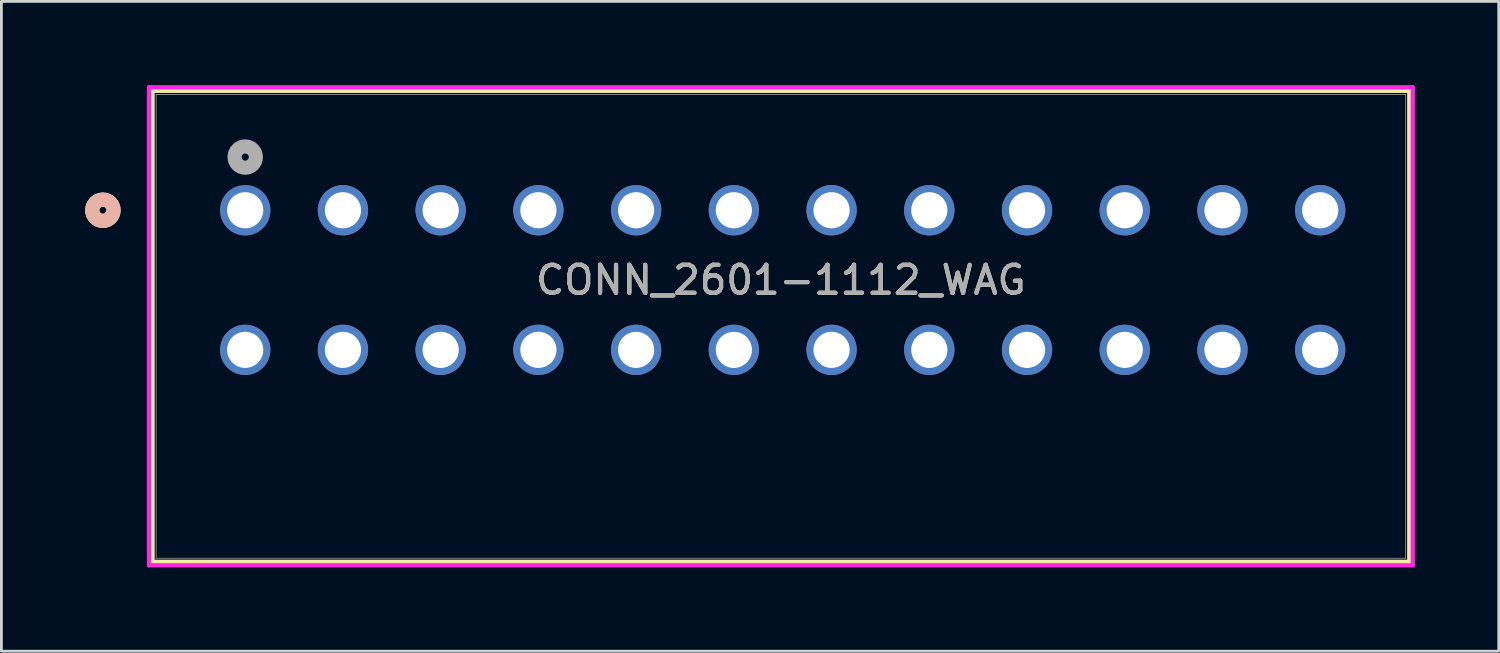
<source format=kicad_pcb>
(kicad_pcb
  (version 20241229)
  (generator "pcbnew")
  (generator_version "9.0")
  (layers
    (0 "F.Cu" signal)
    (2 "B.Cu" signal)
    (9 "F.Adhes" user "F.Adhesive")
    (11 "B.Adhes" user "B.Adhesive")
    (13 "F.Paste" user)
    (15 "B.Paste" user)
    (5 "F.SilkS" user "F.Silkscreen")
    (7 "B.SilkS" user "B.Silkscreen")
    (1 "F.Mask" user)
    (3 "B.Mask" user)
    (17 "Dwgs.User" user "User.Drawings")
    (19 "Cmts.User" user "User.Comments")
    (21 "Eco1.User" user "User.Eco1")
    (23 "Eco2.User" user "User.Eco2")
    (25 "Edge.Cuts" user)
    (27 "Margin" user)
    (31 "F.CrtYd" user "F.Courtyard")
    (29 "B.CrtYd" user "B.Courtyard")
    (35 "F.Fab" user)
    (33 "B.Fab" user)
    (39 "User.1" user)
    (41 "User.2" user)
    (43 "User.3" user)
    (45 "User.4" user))
  (footprint "CONN_2601-1112_WAG"
    (layer "F.Cu")
    (at 5.732 4.48)
    (property "Reference" "CONN_2601-1112_WAG" (at 19.185 2.5 0) (unlocked yes) (layer "F.SilkS") (effects (font (size 1 1) (thickness 0.15))))
    (attr through_hole)
    (fp_line (start -3.319 -4.277) (end -3.319 12.589) (stroke (width 0.152) (type solid)) (layer "F.SilkS"))
    (fp_line (start -3.319 12.589) (end 41.689 12.589) (stroke (width 0.152) (type solid)) (layer "F.SilkS"))
    (fp_line (start 41.689 -4.277) (end -3.319 -4.277) (stroke (width 0.152) (type solid)) (layer "F.SilkS"))
    (fp_line (start 41.689 12.589) (end 41.689 -4.277) (stroke (width 0.152) (type solid)) (layer "F.SilkS"))
    (fp_circle (center -5.097 0) (end -4.716 0) (stroke (width 0.508) (type solid)) (fill no) (layer "F.SilkS"))
    (fp_circle (center -5.097 0) (end -4.716 0) (stroke (width 0.508) (type solid)) (fill no) (layer "B.SilkS"))
    (fp_line (start -3.446 -4.404) (end -3.446 12.716) (stroke (width 0.152) (type solid)) (layer "F.CrtYd"))
    (fp_line (start -3.446 12.716) (end 41.816 12.716) (stroke (width 0.152) (type solid)) (layer "F.CrtYd"))
    (fp_line (start 41.816 -4.404) (end -3.446 -4.404) (stroke (width 0.152) (type solid)) (layer "F.CrtYd"))
    (fp_line (start 41.816 12.716) (end 41.816 -4.404) (stroke (width 0.152) (type solid)) (layer "F.CrtYd"))
    (fp_line (start -3.192 -4.15) (end -3.192 12.462) (stroke (width 0.025) (type solid)) (layer "F.Fab"))
    (fp_line (start -3.192 12.462) (end 41.562 12.462) (stroke (width 0.025) (type solid)) (layer "F.Fab"))
    (fp_line (start 41.562 -4.15) (end -3.192 -4.15) (stroke (width 0.025) (type solid)) (layer "F.Fab"))
    (fp_line (start 41.562 12.462) (end 41.562 -4.15) (stroke (width 0.025) (type solid)) (layer "F.Fab"))
    (fp_circle (center 0 -1.905) (end 0.381 -1.905) (stroke (width 0.508) (type solid)) (fill no) (layer "F.Fab"))
    (fp_text user "${REFERENCE}" (at 19.185 2.5 0) (unlocked yes) (layer "F.Fab") (effects (font (size 1 1) (thickness 0.15))))
    (pad "1_1" thru_hole circle (at 0 0) (size 1.803 1.803) (drill 1.295) (layers "*.Cu" "*.Mask"))
    (pad "1_2" thru_hole circle (at 0 5) (size 1.803 1.803) (drill 1.295) (layers "*.Cu" "*.Mask"))
    (pad "2_1" thru_hole circle (at 3.5 0) (size 1.803 1.803) (drill 1.295) (layers "*.Cu" "*.Mask"))
    (pad "2_2" thru_hole circle (at 3.5 5) (size 1.803 1.803) (drill 1.295) (layers "*.Cu" "*.Mask"))
    (pad "3_1" thru_hole circle (at 7 0) (size 1.803 1.803) (drill 1.295) (layers "*.Cu" "*.Mask"))
    (pad "3_2" thru_hole circle (at 7 5) (size 1.803 1.803) (drill 1.295) (layers "*.Cu" "*.Mask"))
    (pad "4_1" thru_hole circle (at 10.5 0) (size 1.803 1.803) (drill 1.295) (layers "*.Cu" "*.Mask"))
    (pad "4_2" thru_hole circle (at 10.5 5) (size 1.803 1.803) (drill 1.295) (layers "*.Cu" "*.Mask"))
    (pad "5_1" thru_hole circle (at 14 0) (size 1.803 1.803) (drill 1.295) (layers "*.Cu" "*.Mask"))
    (pad "5_2" thru_hole circle (at 14 5) (size 1.803 1.803) (drill 1.295) (layers "*.Cu" "*.Mask"))
    (pad "6_1" thru_hole circle (at 17.5 0) (size 1.803 1.803) (drill 1.295) (layers "*.Cu" "*.Mask"))
    (pad "6_2" thru_hole circle (at 17.5 5) (size 1.803 1.803) (drill 1.295) (layers "*.Cu" "*.Mask"))
    (pad "7_1" thru_hole circle (at 21 0) (size 1.803 1.803) (drill 1.295) (layers "*.Cu" "*.Mask"))
    (pad "7_2" thru_hole circle (at 21 5) (size 1.803 1.803) (drill 1.295) (layers "*.Cu" "*.Mask"))
    (pad "8_1" thru_hole circle (at 24.5 0) (size 1.803 1.803) (drill 1.295) (layers "*.Cu" "*.Mask"))
    (pad "8_2" thru_hole circle (at 24.5 5) (size 1.803 1.803) (drill 1.295) (layers "*.Cu" "*.Mask"))
    (pad "9_1" thru_hole circle (at 28 0) (size 1.803 1.803) (drill 1.295) (layers "*.Cu" "*.Mask"))
    (pad "9_2" thru_hole circle (at 28 5) (size 1.803 1.803) (drill 1.295) (layers "*.Cu" "*.Mask"))
    (pad "10_1" thru_hole circle (at 31.5 0) (size 1.803 1.803) (drill 1.295) (layers "*.Cu" "*.Mask"))
    (pad "10_2" thru_hole circle (at 31.5 5) (size 1.803 1.803) (drill 1.295) (layers "*.Cu" "*.Mask"))
    (pad "11_1" thru_hole circle (at 35 0) (size 1.803 1.803) (drill 1.295) (layers "*.Cu" "*.Mask"))
    (pad "11_2" thru_hole circle (at 35 5) (size 1.803 1.803) (drill 1.295) (layers "*.Cu" "*.Mask"))
    (pad "12_1" thru_hole circle (at 38.5 0) (size 1.803 1.803) (drill 1.295) (layers "*.Cu" "*.Mask"))
    (pad "12_2" thru_hole circle (at 38.5 5) (size 1.803 1.803) (drill 1.295) (layers "*.Cu" "*.Mask")))
  (gr_rect
    (start -3 -3)
    (end 50.625 20.272)
    (stroke (width 0.1) (type default))
    (fill no)
    (layer "Edge.Cuts")))
</source>
